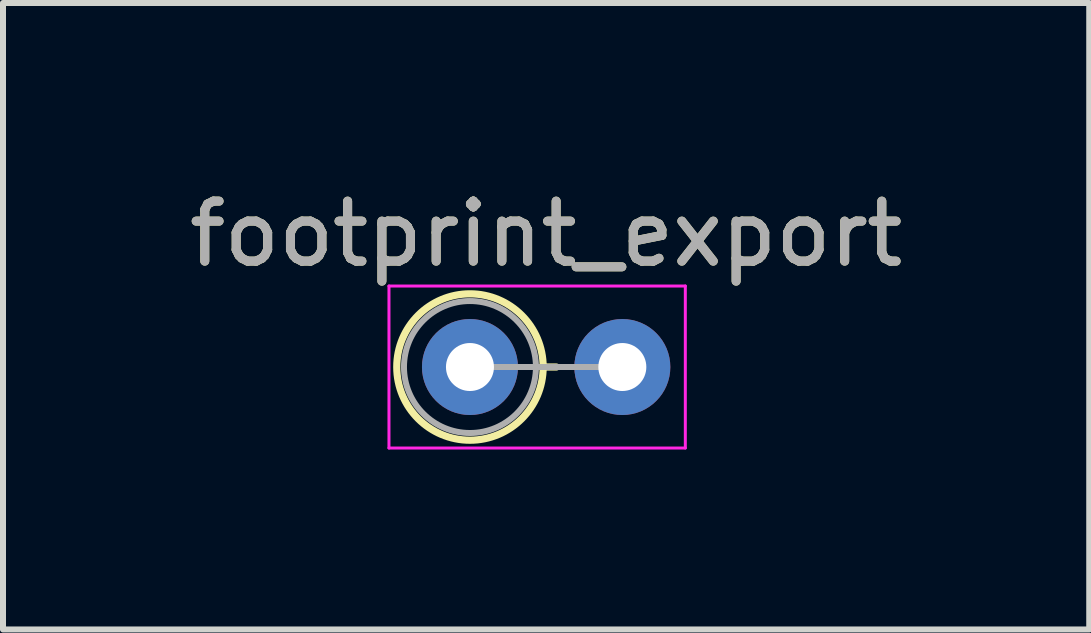
<source format=kicad_pcb>
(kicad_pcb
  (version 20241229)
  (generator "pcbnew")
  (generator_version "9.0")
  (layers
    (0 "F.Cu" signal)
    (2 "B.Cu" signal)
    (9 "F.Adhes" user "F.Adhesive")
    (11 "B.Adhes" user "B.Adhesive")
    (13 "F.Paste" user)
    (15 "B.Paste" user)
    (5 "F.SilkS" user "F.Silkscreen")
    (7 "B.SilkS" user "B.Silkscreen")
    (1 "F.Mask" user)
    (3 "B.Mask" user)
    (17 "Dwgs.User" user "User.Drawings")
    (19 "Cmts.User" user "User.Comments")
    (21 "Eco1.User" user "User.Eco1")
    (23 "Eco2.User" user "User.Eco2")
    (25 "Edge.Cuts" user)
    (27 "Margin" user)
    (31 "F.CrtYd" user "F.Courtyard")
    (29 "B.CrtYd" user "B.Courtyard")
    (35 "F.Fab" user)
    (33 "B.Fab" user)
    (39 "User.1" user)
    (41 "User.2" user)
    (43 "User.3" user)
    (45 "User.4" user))
  (footprint "footprint_export"
    (layer "F.Cu")
    (at 4.784 3.068)
    (property "Reference" "footprint_export" (at 1.27 -2.22 0) (layer "F.SilkS") (effects (font (size 1 1) (thickness 0.15))))
    (attr through_hole)
    (fp_line (start 1.22 0) (end 1.44 0) (stroke (width 0.12) (type solid)) (layer "F.SilkS"))
    (fp_circle (center 0 0) (end 1.22 0) (stroke (width 0.12) (type solid)) (fill no) (layer "F.SilkS"))
    (fp_line (start -1.35 -1.35) (end -1.35 1.35) (stroke (width 0.05) (type solid)) (layer "F.CrtYd"))
    (fp_line (start -1.35 1.35) (end 3.59 1.35) (stroke (width 0.05) (type solid)) (layer "F.CrtYd"))
    (fp_line (start 3.59 -1.35) (end -1.35 -1.35) (stroke (width 0.05) (type solid)) (layer "F.CrtYd"))
    (fp_line (start 3.59 1.35) (end 3.59 -1.35) (stroke (width 0.05) (type solid)) (layer "F.CrtYd"))
    (fp_line (start 0 0) (end 2.54 0) (stroke (width 0.1) (type solid)) (layer "F.Fab"))
    (fp_circle (center 0 0) (end 1.1 0) (stroke (width 0.1) (type solid)) (fill no) (layer "F.Fab"))
    (fp_text user "${REFERENCE}" (at 1.27 -2.22 0) (layer "F.Fab") (effects (font (size 1 1) (thickness 0.15))))
    (pad "1" thru_hole circle (at 0 0) (size 1.6 1.6) (drill 0.8) (layers "*.Cu" "*.Mask"))
    (pad "2" thru_hole oval (at 2.54 0) (size 1.6 1.6) (drill 0.8) (layers "*.Cu" "*.Mask")))
  (gr_rect
    (start -3 -3)
    (end 15.107 7.443)
    (stroke (width 0.1) (type default))
    (fill no)
    (layer "Edge.Cuts")))
</source>
